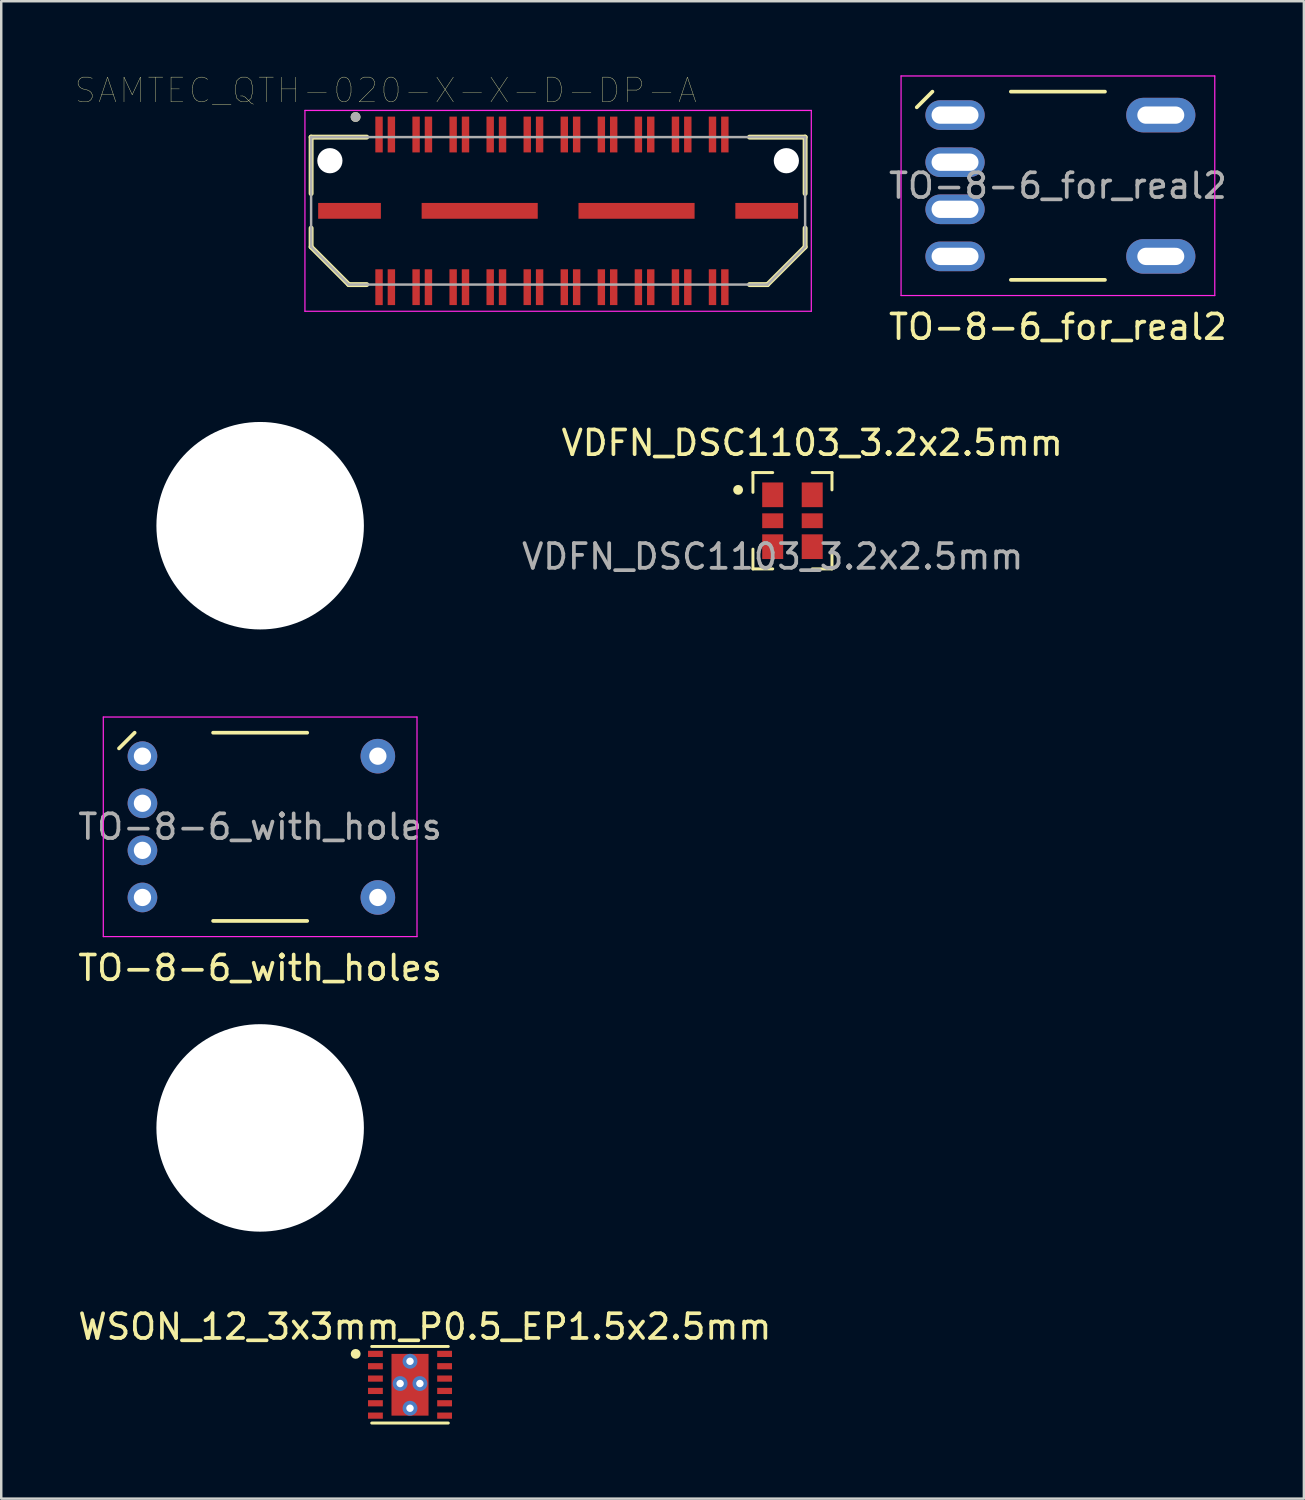
<source format=kicad_pcb>
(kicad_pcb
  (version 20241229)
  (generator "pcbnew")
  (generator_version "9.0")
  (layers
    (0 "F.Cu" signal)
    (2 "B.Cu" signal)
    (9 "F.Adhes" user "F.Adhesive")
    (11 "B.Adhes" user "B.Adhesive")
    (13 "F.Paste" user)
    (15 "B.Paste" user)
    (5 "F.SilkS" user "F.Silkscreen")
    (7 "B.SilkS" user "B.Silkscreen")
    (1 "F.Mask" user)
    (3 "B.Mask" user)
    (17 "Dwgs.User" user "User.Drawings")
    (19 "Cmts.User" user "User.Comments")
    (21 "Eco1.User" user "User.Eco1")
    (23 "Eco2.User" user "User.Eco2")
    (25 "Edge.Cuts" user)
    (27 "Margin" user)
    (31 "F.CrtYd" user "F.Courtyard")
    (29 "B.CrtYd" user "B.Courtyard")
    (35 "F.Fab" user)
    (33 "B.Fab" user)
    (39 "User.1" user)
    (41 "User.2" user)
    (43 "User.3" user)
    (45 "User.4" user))
  (footprint "TO-8-6_for_real2"
    (layer "F.Cu")
    (at 39.779 4.47)
    (property "Reference" "TO-8-6_for_real2" (at 0 5.715 0) (layer "F.SilkS") (effects (font (size 1 1) (thickness 0.15))))
    (attr through_hole)
    (fp_line (start -5.715 -3.175) (end -5.08 -3.81) (stroke (width 0.15) (type solid)) (layer "F.SilkS"))
    (fp_line (start -1.905 -3.81) (end 1.905 -3.81) (stroke (width 0.15) (type solid)) (layer "F.SilkS"))
    (fp_line (start -1.905 3.81) (end 1.905 3.81) (stroke (width 0.15) (type solid)) (layer "F.SilkS"))
    (fp_line (start -6.35 -4.445) (end 6.35 -4.445) (stroke (width 0.05) (type solid)) (layer "F.CrtYd"))
    (fp_line (start -6.35 4.445) (end -6.35 -4.445) (stroke (width 0.05) (type solid)) (layer "F.CrtYd"))
    (fp_line (start 6.35 -4.445) (end 6.35 4.445) (stroke (width 0.05) (type solid)) (layer "F.CrtYd"))
    (fp_line (start 6.35 4.445) (end -6.35 4.445) (stroke (width 0.05) (type solid)) (layer "F.CrtYd"))
    (fp_text user "${REFERENCE}" (at 0 0 0) (layer "F.Fab") (effects (font (size 1 1) (thickness 0.15))))
    (pad "1" thru_hole oval (at -4.165 -2.86) (size 2.4 1.2) (drill oval 1.9 0.7) (layers "*.Cu" "*.Mask"))
    (pad "2" thru_hole oval (at -4.165 -0.953) (size 2.4 1.2) (drill oval 1.9 0.7) (layers "*.Cu" "*.Mask"))
    (pad "3" thru_hole oval (at -4.165 0.953) (size 2.4 1.2) (drill oval 1.9 0.7) (layers "*.Cu" "*.Mask"))
    (pad "4" thru_hole oval (at -4.165 2.86) (size 2.4 1.2) (drill oval 1.9 0.7) (layers "*.Cu" "*.Mask"))
    (pad "5" thru_hole oval (at 4.165 -2.86) (size 2.8 1.4) (drill oval 1.9 0.7) (layers "*.Cu" "*.Mask"))
    (pad "6" thru_hole oval (at 4.165 2.86) (size 2.8 1.4) (drill oval 1.9 0.7) (layers "*.Cu" "*.Mask")))
  (footprint "VDFN_DSC1103_3.2x2.5mm"
    (layer "F.Cu")
    (at 28.232 16.982)
    (property "Reference" "VDFN_DSC1103_3.2x2.5mm" (at 1.6 -2.1 0) (unlocked yes) (layer "F.SilkS") (effects (font (size 1 1) (thickness 0.15))))
    (fp_line (start -0.8 -0.9) (end -0.8 -0.1) (stroke (width 0.12) (type solid)) (layer "F.SilkS"))
    (fp_line (start -0.8 2.2) (end -0.8 3) (stroke (width 0.12) (type solid)) (layer "F.SilkS"))
    (fp_line (start 0 -0.9) (end -0.8 -0.9) (stroke (width 0.12) (type solid)) (layer "F.SilkS"))
    (fp_line (start 0 3) (end -0.8 3) (stroke (width 0.12) (type solid)) (layer "F.SilkS"))
    (fp_line (start 2.4 -0.9) (end 1.6 -0.9) (stroke (width 0.12) (type solid)) (layer "F.SilkS"))
    (fp_line (start 2.4 -0.2) (end 2.4 -0.9) (stroke (width 0.12) (type solid)) (layer "F.SilkS"))
    (fp_line (start 2.4 2.2) (end 2.4 3) (stroke (width 0.12) (type solid)) (layer "F.SilkS"))
    (fp_line (start 2.4 3) (end 1.6 3) (stroke (width 0.12) (type solid)) (layer "F.SilkS"))
    (fp_circle (center -1.4 -0.2) (end -1.3 -0.2) (stroke (width 0.2) (type solid)) (fill no) (layer "F.SilkS"))
    (fp_text user "${REFERENCE}" (at 0 2.5 0) (unlocked yes) (layer "F.Fab") (effects (font (size 1 1) (thickness 0.15))))
    (pad "1" smd rect (at 0 0) (size 0.85 1) (layers "F.Cu" "F.Mask" "F.Paste"))
    (pad "2" smd rect (at 0 1.05) (size 0.85 0.6) (layers "F.Cu" "F.Mask" "F.Paste"))
    (pad "3" smd rect (at 0 2.1) (size 0.85 1) (layers "F.Cu" "F.Mask" "F.Paste"))
    (pad "4" smd rect (at 1.6 2.1) (size 0.85 1) (layers "F.Cu" "F.Mask" "F.Paste"))
    (pad "5" smd rect (at 1.6 1.05) (size 0.85 0.6) (layers "F.Cu" "F.Mask" "F.Paste"))
    (pad "6" smd rect (at 1.6 0) (size 0.85 1) (layers "F.Cu" "F.Mask" "F.Paste")))
  (footprint "SAMTEC_QTH-020-X-X-D-DP-A"
    (layer "F.Cu")
    (at 19.545 5.486)
    (property "Reference" "SAMTEC_QTH-020-X-X-D-DP-A" (at -6.98 -4.875 0) (layer "F.SilkS") (effects (font (size 1 1) (thickness 0.015))))
    (attr through_hole)
    (fp_line (start -10 -2.985) (end -7.75 -2.985) (stroke (width 0.2) (type solid)) (layer "F.SilkS"))
    (fp_line (start -10 -0.7) (end -10 -2.985) (stroke (width 0.2) (type solid)) (layer "F.SilkS"))
    (fp_line (start -10 1.461) (end -10 0.7) (stroke (width 0.2) (type solid)) (layer "F.SilkS"))
    (fp_line (start -8.476 2.985) (end -10 1.461) (stroke (width 0.2) (type solid)) (layer "F.SilkS"))
    (fp_line (start -8.476 2.985) (end -7.75 2.985) (stroke (width 0.2) (type solid)) (layer "F.SilkS"))
    (fp_line (start 8.476 2.985) (end 7.75 2.985) (stroke (width 0.2) (type solid)) (layer "F.SilkS"))
    (fp_line (start 10 -2.985) (end 7.75 -2.985) (stroke (width 0.2) (type solid)) (layer "F.SilkS"))
    (fp_line (start 10 -0.7) (end 10 -2.985) (stroke (width 0.2) (type solid)) (layer "F.SilkS"))
    (fp_line (start 10 1.461) (end 8.476 2.985) (stroke (width 0.2) (type solid)) (layer "F.SilkS"))
    (fp_line (start 10 1.461) (end 10 0.7) (stroke (width 0.2) (type solid)) (layer "F.SilkS"))
    (fp_circle (center -8.2 -3.8) (end -8.1 -3.8) (stroke (width 0.2) (type solid)) (fill no) (layer "F.SilkS"))
    (fp_line (start -10.25 -4.065) (end 10.25 -4.065) (stroke (width 0.05) (type solid)) (layer "F.CrtYd"))
    (fp_line (start -10.25 4.065) (end -10.25 -4.065) (stroke (width 0.05) (type solid)) (layer "F.CrtYd"))
    (fp_line (start 10.25 -4.065) (end 10.25 4.065) (stroke (width 0.05) (type solid)) (layer "F.CrtYd"))
    (fp_line (start 10.25 4.065) (end -10.25 4.065) (stroke (width 0.05) (type solid)) (layer "F.CrtYd"))
    (fp_line (start -10 -2.985) (end 10 -2.985) (stroke (width 0.1) (type solid)) (layer "F.Fab"))
    (fp_line (start -10 1.461) (end -10 -2.985) (stroke (width 0.1) (type solid)) (layer "F.Fab"))
    (fp_line (start -8.476 2.985) (end -10 1.461) (stroke (width 0.1) (type solid)) (layer "F.Fab"))
    (fp_line (start 8.476 2.985) (end -8.476 2.985) (stroke (width 0.1) (type solid)) (layer "F.Fab"))
    (fp_line (start 10 -2.985) (end 10 1.461) (stroke (width 0.1) (type solid)) (layer "F.Fab"))
    (fp_line (start 10 1.461) (end 8.476 2.985) (stroke (width 0.1) (type solid)) (layer "F.Fab"))
    (fp_circle (center -8.2 -3.8) (end -8.1 -3.8) (stroke (width 0.2) (type solid)) (fill no) (layer "F.Fab"))
    (pad "" np_thru_hole circle (at -9.24 -2.03) (size 1.02 1.02) (drill 1.02) (layers "*.Cu" "*.Mask"))
    (pad "" np_thru_hole circle (at 9.24 -2.03) (size 1.02 1.02) (drill 1.02) (layers "*.Cu" "*.Mask"))
    (pad "01" smd rect (at -7.25 -3.09) (size 0.3 1.45) (layers "F.Cu" "F.Mask" "F.Paste"))
    (pad "02" smd rect (at -7.25 3.09) (size 0.3 1.45) (layers "F.Cu" "F.Mask" "F.Paste"))
    (pad "03" smd rect (at -6.75 -3.09) (size 0.3 1.45) (layers "F.Cu" "F.Mask" "F.Paste"))
    (pad "04" smd rect (at -6.75 3.09) (size 0.3 1.45) (layers "F.Cu" "F.Mask" "F.Paste"))
    (pad "05" smd rect (at -5.75 -3.09) (size 0.3 1.45) (layers "F.Cu" "F.Mask" "F.Paste"))
    (pad "06" smd rect (at -5.75 3.09) (size 0.3 1.45) (layers "F.Cu" "F.Mask" "F.Paste"))
    (pad "07" smd rect (at -5.25 -3.09) (size 0.3 1.45) (layers "F.Cu" "F.Mask" "F.Paste"))
    (pad "08" smd rect (at -5.25 3.09) (size 0.3 1.45) (layers "F.Cu" "F.Mask" "F.Paste"))
    (pad "09" smd rect (at -4.25 -3.09) (size 0.3 1.45) (layers "F.Cu" "F.Mask" "F.Paste"))
    (pad "10" smd rect (at -4.25 3.09) (size 0.3 1.45) (layers "F.Cu" "F.Mask" "F.Paste"))
    (pad "11" smd rect (at -3.75 -3.09) (size 0.3 1.45) (layers "F.Cu" "F.Mask" "F.Paste"))
    (pad "12" smd rect (at -3.75 3.09) (size 0.3 1.45) (layers "F.Cu" "F.Mask" "F.Paste"))
    (pad "13" smd rect (at -2.75 -3.09) (size 0.3 1.45) (layers "F.Cu" "F.Mask" "F.Paste"))
    (pad "14" smd rect (at -2.75 3.09) (size 0.3 1.45) (layers "F.Cu" "F.Mask" "F.Paste"))
    (pad "15" smd rect (at -2.25 -3.09) (size 0.3 1.45) (layers "F.Cu" "F.Mask" "F.Paste"))
    (pad "16" smd rect (at -2.25 3.09) (size 0.3 1.45) (layers "F.Cu" "F.Mask" "F.Paste"))
    (pad "17" smd rect (at -1.25 -3.09) (size 0.3 1.45) (layers "F.Cu" "F.Mask" "F.Paste"))
    (pad "18" smd rect (at -1.25 3.09) (size 0.3 1.45) (layers "F.Cu" "F.Mask" "F.Paste"))
    (pad "19" smd rect (at -0.75 -3.09) (size 0.3 1.45) (layers "F.Cu" "F.Mask" "F.Paste"))
    (pad "20" smd rect (at -0.75 3.09) (size 0.3 1.45) (layers "F.Cu" "F.Mask" "F.Paste"))
    (pad "21" smd rect (at 0.25 -3.09) (size 0.3 1.45) (layers "F.Cu" "F.Mask" "F.Paste"))
    (pad "22" smd rect (at 0.25 3.09) (size 0.3 1.45) (layers "F.Cu" "F.Mask" "F.Paste"))
    (pad "23" smd rect (at 0.75 -3.09) (size 0.3 1.45) (layers "F.Cu" "F.Mask" "F.Paste"))
    (pad "24" smd rect (at 0.75 3.09) (size 0.3 1.45) (layers "F.Cu" "F.Mask" "F.Paste"))
    (pad "25" smd rect (at 1.75 -3.09) (size 0.3 1.45) (layers "F.Cu" "F.Mask" "F.Paste"))
    (pad "26" smd rect (at 1.75 3.09) (size 0.3 1.45) (layers "F.Cu" "F.Mask" "F.Paste"))
    (pad "27" smd rect (at 2.25 -3.09) (size 0.3 1.45) (layers "F.Cu" "F.Mask" "F.Paste"))
    (pad "28" smd rect (at 2.25 3.09) (size 0.3 1.45) (layers "F.Cu" "F.Mask" "F.Paste"))
    (pad "29" smd rect (at 3.25 -3.09) (size 0.3 1.45) (layers "F.Cu" "F.Mask" "F.Paste"))
    (pad "30" smd rect (at 3.25 3.09) (size 0.3 1.45) (layers "F.Cu" "F.Mask" "F.Paste"))
    (pad "31" smd rect (at 3.75 -3.09) (size 0.3 1.45) (layers "F.Cu" "F.Mask" "F.Paste"))
    (pad "32" smd rect (at 3.75 3.09) (size 0.3 1.45) (layers "F.Cu" "F.Mask" "F.Paste"))
    (pad "33" smd rect (at 4.75 -3.09) (size 0.3 1.45) (layers "F.Cu" "F.Mask" "F.Paste"))
    (pad "34" smd rect (at 4.75 3.09) (size 0.3 1.45) (layers "F.Cu" "F.Mask" "F.Paste"))
    (pad "35" smd rect (at 5.25 -3.09) (size 0.3 1.45) (layers "F.Cu" "F.Mask" "F.Paste"))
    (pad "36" smd rect (at 5.25 3.09) (size 0.3 1.45) (layers "F.Cu" "F.Mask" "F.Paste"))
    (pad "37" smd rect (at 6.25 -3.09) (size 0.3 1.45) (layers "F.Cu" "F.Mask" "F.Paste"))
    (pad "38" smd rect (at 6.25 3.09) (size 0.3 1.45) (layers "F.Cu" "F.Mask" "F.Paste"))
    (pad "39" smd rect (at 6.75 -3.09) (size 0.3 1.45) (layers "F.Cu" "F.Mask" "F.Paste"))
    (pad "40" smd rect (at 6.75 3.09) (size 0.3 1.45) (layers "F.Cu" "F.Mask" "F.Paste"))
    (pad "G1" smd rect (at -8.445 0) (size 2.54 0.64) (layers "F.Cu" "F.Mask" "F.Paste"))
    (pad "G2" smd rect (at -3.175 0) (size 4.7 0.64) (layers "F.Cu" "F.Mask" "F.Paste"))
    (pad "G3" smd rect (at 3.175 0) (size 4.7 0.64) (layers "F.Cu" "F.Mask" "F.Paste"))
    (pad "G4" smd rect (at 8.445 0) (size 2.54 0.64) (layers "F.Cu" "F.Mask" "F.Paste")))
  (footprint "TO-8-6_with_holes"
    (layer "F.Cu")
    (at 7.482 30.423)
    (property "Reference" "TO-8-6_with_holes" (at 0 5.715 0) (layer "F.SilkS") (effects (font (size 1 1) (thickness 0.15))))
    (attr through_hole)
    (fp_line (start -5.715 -3.175) (end -5.08 -3.81) (stroke (width 0.15) (type solid)) (layer "F.SilkS"))
    (fp_line (start -1.905 -3.81) (end 1.905 -3.81) (stroke (width 0.15) (type solid)) (layer "F.SilkS"))
    (fp_line (start -1.905 3.81) (end 1.905 3.81) (stroke (width 0.15) (type solid)) (layer "F.SilkS"))
    (fp_line (start -6.35 -4.445) (end 6.35 -4.445) (stroke (width 0.05) (type solid)) (layer "F.CrtYd"))
    (fp_line (start -6.35 4.445) (end -6.35 -4.445) (stroke (width 0.05) (type solid)) (layer "F.CrtYd"))
    (fp_line (start 6.35 -4.445) (end 6.35 4.445) (stroke (width 0.05) (type solid)) (layer "F.CrtYd"))
    (fp_line (start 6.35 4.445) (end -6.35 4.445) (stroke (width 0.05) (type solid)) (layer "F.CrtYd"))
    (fp_text user "${REFERENCE}" (at 0 0 0) (layer "F.Fab") (effects (font (size 1 1) (thickness 0.15))))
    (pad "" np_thru_hole circle (at 0 -12.19) (size 8.4 8.4) (drill 8.4) (layers "*.Cu" "*.Mask"))
    (pad "" np_thru_hole circle (at 0 12.19) (size 8.4 8.4) (drill 8.4) (layers "*.Cu" "*.Mask"))
    (pad "1" thru_hole circle (at -4.765 -2.86) (size 1.2 1.2) (drill 0.7) (layers "*.Cu" "*.Mask"))
    (pad "2" thru_hole circle (at -4.765 -0.953) (size 1.2 1.2) (drill 0.7) (layers "*.Cu" "*.Mask"))
    (pad "3" thru_hole circle (at -4.765 0.953) (size 1.2 1.2) (drill 0.7) (layers "*.Cu" "*.Mask"))
    (pad "4" thru_hole circle (at -4.765 2.86) (size 1.2 1.2) (drill 0.7) (layers "*.Cu" "*.Mask"))
    (pad "5" thru_hole circle (at 4.765 -2.86) (size 1.4 1.4) (drill 0.7) (layers "*.Cu" "*.Mask"))
    (pad "6" thru_hole circle (at 4.765 2.86) (size 1.4 1.4) (drill 0.7) (layers "*.Cu" "*.Mask")))
  (footprint "WSON_12_3x3mm_P0.5_EP1.5x2.5mm"
    (layer "F.Cu")
    (at 12.149 51.761)
    (property "Reference" "WSON_12_3x3mm_P0.5_EP1.5x2.5mm" (at 2 -1.1 0) (unlocked yes) (layer "F.SilkS") (effects (font (size 1 1) (thickness 0.15))))
    (fp_line (start -0.15 -0.3) (end 2.95 -0.3) (stroke (width 0.12) (type solid)) (layer "F.SilkS"))
    (fp_line (start -0.15 2.8) (end 2.95 2.8) (stroke (width 0.12) (type solid)) (layer "F.SilkS"))
    (fp_circle (center -0.8 0) (end -0.7 0) (stroke (width 0.2) (type solid)) (fill no) (layer "F.SilkS"))
    (pad "1" smd rect (at 0 0) (size 0.6 0.25) (layers "F.Cu" "F.Mask" "F.Paste"))
    (pad "2" smd rect (at 0 0.5) (size 0.6 0.25) (layers "F.Cu" "F.Mask" "F.Paste"))
    (pad "3" smd rect (at 0 1) (size 0.6 0.25) (layers "F.Cu" "F.Mask" "F.Paste"))
    (pad "4" smd rect (at 0 1.5) (size 0.6 0.25) (layers "F.Cu" "F.Mask" "F.Paste"))
    (pad "5" smd rect (at 0 2) (size 0.6 0.25) (layers "F.Cu" "F.Mask" "F.Paste"))
    (pad "6" smd rect (at 0 2.5) (size 0.6 0.25) (layers "F.Cu" "F.Mask" "F.Paste"))
    (pad "7" smd rect (at 2.8 2.5) (size 0.6 0.25) (layers "F.Cu" "F.Mask" "F.Paste"))
    (pad "8" smd rect (at 2.8 2) (size 0.6 0.25) (layers "F.Cu" "F.Mask" "F.Paste"))
    (pad "9" thru_hole circle (at 1 1.2) (size 0.6 0.6) (drill 0.3) (layers "*.Cu" "*.Mask"))
    (pad "9" thru_hole circle (at 1.4 0.3) (size 0.6 0.6) (drill 0.3) (layers "*.Cu" "*.Mask"))
    (pad "9" smd rect (at 1.4 0.6) (size 1.38 1.1) (layers "F.Cu" "F.Paste"))
    (pad "9" smd rect (at 1.4 1.25) (size 1.5 2.5) (layers "F.Cu" "F.Mask"))
    (pad "9" smd rect (at 1.4 1.9) (size 1.38 1.1) (layers "F.Cu" "F.Paste"))
    (pad "9" thru_hole circle (at 1.4 2.2) (size 0.6 0.6) (drill 0.3) (layers "*.Cu" "*.Mask"))
    (pad "9" thru_hole circle (at 1.8 1.2) (size 0.6 0.6) (drill 0.3) (layers "*.Cu" "*.Mask"))
    (pad "9" smd rect (at 2.8 1.5) (size 0.6 0.25) (layers "F.Cu" "F.Mask" "F.Paste"))
    (pad "10" smd rect (at 2.8 1) (size 0.6 0.25) (layers "F.Cu" "F.Mask" "F.Paste"))
    (pad "11" smd rect (at 2.8 0.5) (size 0.6 0.25) (layers "F.Cu" "F.Mask" "F.Paste"))
    (pad "12" smd rect (at 2.8 0) (size 0.6 0.25) (layers "F.Cu" "F.Mask" "F.Paste")))
  (gr_rect
    (start -3 -3)
    (end 49.737 57.621)
    (stroke (width 0.1) (type default))
    (fill no)
    (layer "Edge.Cuts")))
</source>
